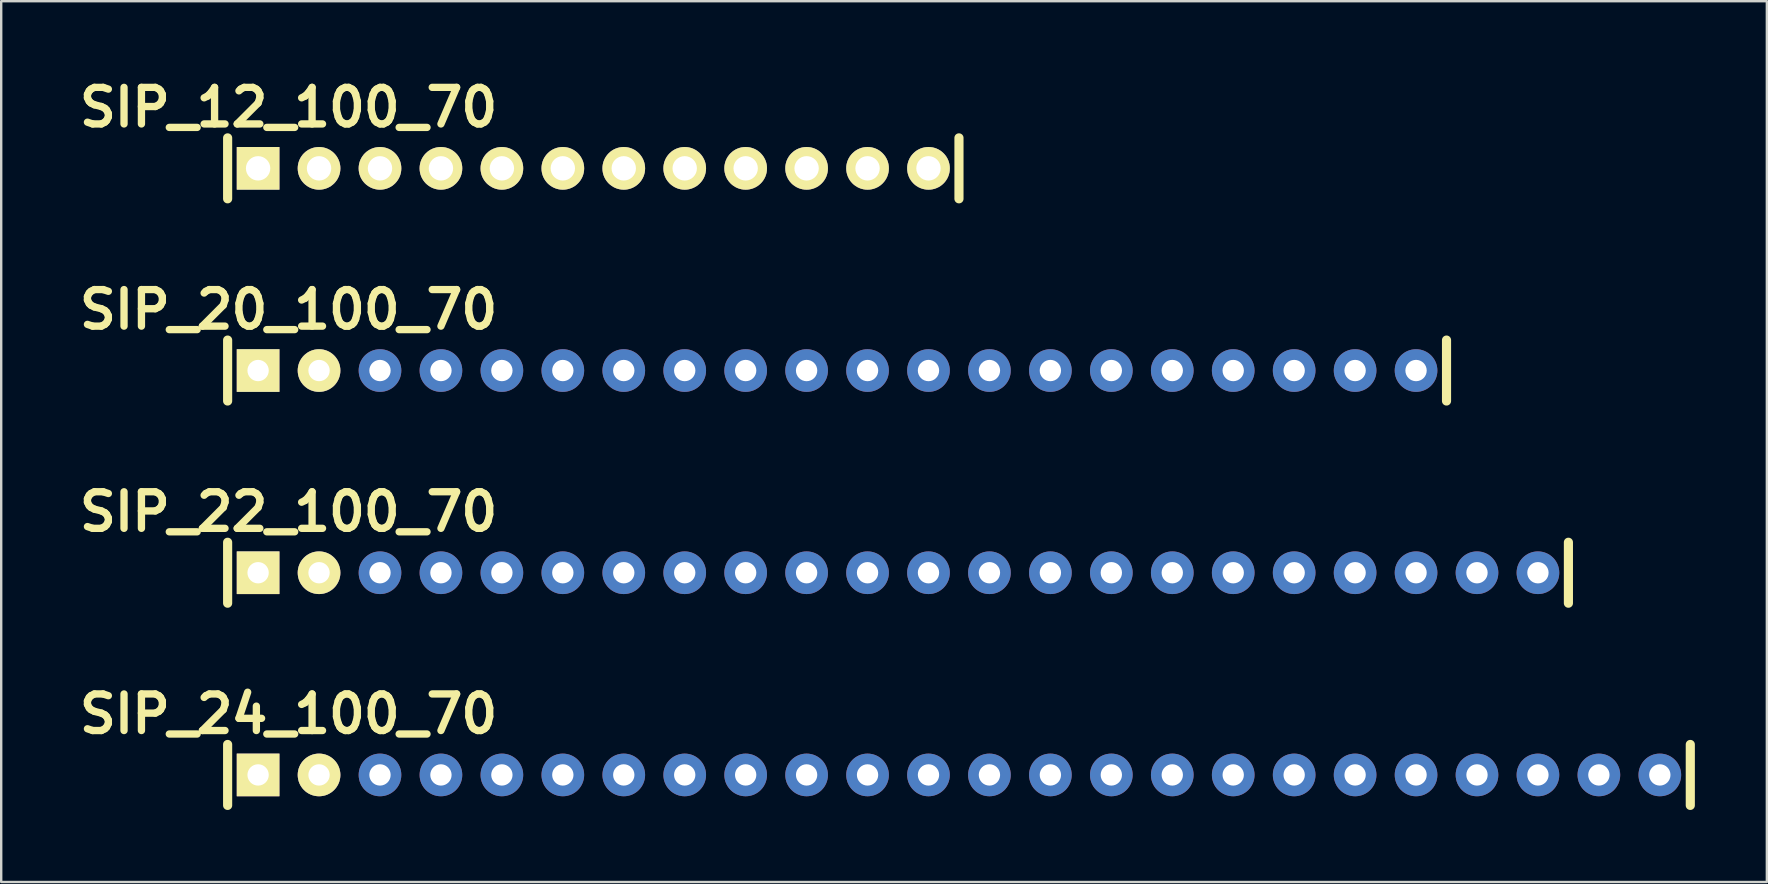
<source format=kicad_pcb>
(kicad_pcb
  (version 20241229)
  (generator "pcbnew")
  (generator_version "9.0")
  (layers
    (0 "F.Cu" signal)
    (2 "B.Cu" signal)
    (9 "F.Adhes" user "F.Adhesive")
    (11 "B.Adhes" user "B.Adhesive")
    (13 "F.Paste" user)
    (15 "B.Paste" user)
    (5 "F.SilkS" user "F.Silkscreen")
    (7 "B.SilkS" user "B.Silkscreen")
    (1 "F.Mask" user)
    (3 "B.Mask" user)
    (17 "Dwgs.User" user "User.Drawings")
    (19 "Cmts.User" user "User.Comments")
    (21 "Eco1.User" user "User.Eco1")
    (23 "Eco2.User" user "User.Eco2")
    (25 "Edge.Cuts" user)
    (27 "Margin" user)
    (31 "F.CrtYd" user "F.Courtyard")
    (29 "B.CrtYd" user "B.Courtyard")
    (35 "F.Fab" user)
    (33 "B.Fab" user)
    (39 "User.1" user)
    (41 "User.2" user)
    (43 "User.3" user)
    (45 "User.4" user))
  (footprint "SIP_12_100_70"
    (layer "F.Cu")
    (at 7.707 3.966)
    (property "Reference" "SIP_12_100_70" (at 1.27 -2.54 0) (layer "F.SilkS") (effects (font (size 1.524 1.524) (thickness 0.305))))
    (attr through_hole)
    (fp_line (start -1.27 1.27) (end -1.27 -1.27) (stroke (width 0.381) (type solid)) (layer "F.SilkS"))
    (fp_line (start 29.21 -1.27) (end 29.21 1.27) (stroke (width 0.381) (type solid)) (layer "F.SilkS"))
    (pad "1" thru_hole rect (at 0 0) (size 1.778 1.778) (drill 1.016) (layers "*.Cu" "*.Mask" "F.SilkS"))
    (pad "2" thru_hole circle (at 2.54 0) (size 1.778 1.778) (drill 1.016) (layers "*.Cu" "*.Mask" "F.SilkS"))
    (pad "3" thru_hole circle (at 5.08 0) (size 1.778 1.778) (drill 1.016) (layers "*.Cu" "*.Mask" "F.SilkS"))
    (pad "4" thru_hole circle (at 7.62 0) (size 1.778 1.778) (drill 1.016) (layers "*.Cu" "*.Mask" "F.SilkS"))
    (pad "5" thru_hole circle (at 10.16 0) (size 1.778 1.778) (drill 1.016) (layers "*.Cu" "*.Mask" "F.SilkS"))
    (pad "6" thru_hole circle (at 12.7 0) (size 1.778 1.778) (drill 1.016) (layers "*.Cu" "*.Mask" "F.SilkS"))
    (pad "7" thru_hole circle (at 15.24 0) (size 1.778 1.778) (drill 1.016) (layers "*.Cu" "*.Mask" "F.SilkS"))
    (pad "8" thru_hole circle (at 17.78 0) (size 1.778 1.778) (drill 1.016) (layers "*.Cu" "*.Mask" "F.SilkS"))
    (pad "9" thru_hole circle (at 20.32 0) (size 1.778 1.778) (drill 1.016) (layers "*.Cu" "*.Mask" "F.SilkS"))
    (pad "10" thru_hole circle (at 22.86 0) (size 1.778 1.778) (drill 1.016) (layers "*.Cu" "*.Mask" "F.SilkS"))
    (pad "11" thru_hole circle (at 25.4 0) (size 1.778 1.778) (drill 1.016) (layers "*.Cu" "*.Mask" "F.SilkS"))
    (pad "12" thru_hole circle (at 27.94 0) (size 1.778 1.778) (drill 1.016) (layers "*.Cu" "*.Mask" "F.SilkS")))
  (footprint "SIP_22_100_70"
    (layer "F.Cu")
    (at 7.707 20.82)
    (property "Reference" "SIP_22_100_70" (at 1.27 -2.54 0) (layer "F.SilkS") (effects (font (size 1.524 1.524) (thickness 0.305))))
    (attr through_hole)
    (fp_line (start -1.27 1.27) (end -1.27 -1.27) (stroke (width 0.381) (type solid)) (layer "F.SilkS"))
    (fp_line (start 54.61 -1.27) (end 54.61 1.27) (stroke (width 0.381) (type solid)) (layer "F.SilkS"))
    (pad "1" thru_hole rect (at 0 0) (size 1.778 1.778) (drill 0.889) (layers "*.Cu" "*.Mask" "F.SilkS"))
    (pad "2" thru_hole circle (at 2.54 0) (size 1.778 1.778) (drill 0.889) (layers "*.Cu" "*.Mask" "F.SilkS"))
    (pad "3" thru_hole circle (at 5.08 0) (size 1.778 1.778) (drill 0.889) (layers "*.Cu"))
    (pad "4" thru_hole circle (at 7.62 0) (size 1.778 1.778) (drill 0.889) (layers "*.Cu"))
    (pad "5" thru_hole circle (at 10.16 0) (size 1.778 1.778) (drill 0.889) (layers "*.Cu"))
    (pad "6" thru_hole circle (at 12.7 0) (size 1.778 1.778) (drill 0.889) (layers "*.Cu"))
    (pad "7" thru_hole circle (at 15.24 0) (size 1.778 1.778) (drill 0.889) (layers "*.Cu"))
    (pad "8" thru_hole circle (at 17.78 0) (size 1.778 1.778) (drill 0.889) (layers "*.Cu"))
    (pad "9" thru_hole circle (at 20.32 0) (size 1.778 1.778) (drill 0.889) (layers "*.Cu"))
    (pad "10" thru_hole circle (at 22.86 0) (size 1.778 1.778) (drill 0.889) (layers "*.Cu"))
    (pad "11" thru_hole circle (at 25.4 0) (size 1.778 1.778) (drill 0.889) (layers "*.Cu"))
    (pad "12" thru_hole circle (at 27.94 0) (size 1.778 1.778) (drill 0.889) (layers "*.Cu"))
    (pad "13" thru_hole circle (at 30.48 0) (size 1.778 1.778) (drill 0.889) (layers "*.Cu"))
    (pad "14" thru_hole circle (at 33.02 0) (size 1.778 1.778) (drill 0.889) (layers "*.Cu"))
    (pad "15" thru_hole circle (at 35.56 0) (size 1.778 1.778) (drill 0.889) (layers "*.Cu"))
    (pad "16" thru_hole circle (at 38.1 0) (size 1.778 1.778) (drill 0.889) (layers "*.Cu"))
    (pad "17" thru_hole circle (at 40.64 0) (size 1.778 1.778) (drill 0.889) (layers "*.Cu"))
    (pad "18" thru_hole circle (at 43.18 0) (size 1.778 1.778) (drill 0.889) (layers "*.Cu"))
    (pad "19" thru_hole circle (at 45.72 0) (size 1.778 1.778) (drill 0.889) (layers "*.Cu"))
    (pad "20" thru_hole circle (at 48.26 0) (size 1.778 1.778) (drill 0.889) (layers "*.Cu"))
    (pad "21" thru_hole circle (at 50.8 0) (size 1.778 1.778) (drill 0.889) (layers "*.Cu"))
    (pad "22" thru_hole circle (at 53.34 0) (size 1.778 1.778) (drill 0.889) (layers "*.Cu")))
  (footprint "SIP_20_100_70"
    (layer "F.Cu")
    (at 7.707 12.393)
    (property "Reference" "SIP_20_100_70" (at 1.27 -2.54 0) (layer "F.SilkS") (effects (font (size 1.524 1.524) (thickness 0.305))))
    (attr through_hole)
    (fp_line (start -1.27 1.27) (end -1.27 -1.27) (stroke (width 0.381) (type solid)) (layer "F.SilkS"))
    (fp_line (start 49.53 -1.27) (end 49.53 1.27) (stroke (width 0.381) (type solid)) (layer "F.SilkS"))
    (pad "1" thru_hole rect (at 0 0) (size 1.778 1.778) (drill 0.889) (layers "*.Cu" "*.Mask" "F.SilkS"))
    (pad "2" thru_hole circle (at 2.54 0) (size 1.778 1.778) (drill 0.889) (layers "*.Cu" "*.Mask" "F.SilkS"))
    (pad "3" thru_hole circle (at 5.08 0) (size 1.778 1.778) (drill 0.889) (layers "*.Cu"))
    (pad "4" thru_hole circle (at 7.62 0) (size 1.778 1.778) (drill 0.889) (layers "*.Cu"))
    (pad "5" thru_hole circle (at 10.16 0) (size 1.778 1.778) (drill 0.889) (layers "*.Cu"))
    (pad "6" thru_hole circle (at 12.7 0) (size 1.778 1.778) (drill 0.889) (layers "*.Cu"))
    (pad "7" thru_hole circle (at 15.24 0) (size 1.778 1.778) (drill 0.889) (layers "*.Cu"))
    (pad "8" thru_hole circle (at 17.78 0) (size 1.778 1.778) (drill 0.889) (layers "*.Cu"))
    (pad "9" thru_hole circle (at 20.32 0) (size 1.778 1.778) (drill 0.889) (layers "*.Cu"))
    (pad "10" thru_hole circle (at 22.86 0) (size 1.778 1.778) (drill 0.889) (layers "*.Cu"))
    (pad "11" thru_hole circle (at 25.4 0) (size 1.778 1.778) (drill 0.889) (layers "*.Cu"))
    (pad "12" thru_hole circle (at 27.94 0) (size 1.778 1.778) (drill 0.889) (layers "*.Cu"))
    (pad "13" thru_hole circle (at 30.48 0) (size 1.778 1.778) (drill 0.889) (layers "*.Cu"))
    (pad "14" thru_hole circle (at 33.02 0) (size 1.778 1.778) (drill 0.889) (layers "*.Cu"))
    (pad "15" thru_hole circle (at 35.56 0) (size 1.778 1.778) (drill 0.889) (layers "*.Cu"))
    (pad "16" thru_hole circle (at 38.1 0) (size 1.778 1.778) (drill 0.889) (layers "*.Cu"))
    (pad "17" thru_hole circle (at 40.64 0) (size 1.778 1.778) (drill 0.889) (layers "*.Cu"))
    (pad "18" thru_hole circle (at 43.18 0) (size 1.778 1.778) (drill 0.889) (layers "*.Cu"))
    (pad "19" thru_hole circle (at 45.72 0) (size 1.778 1.778) (drill 0.889) (layers "*.Cu"))
    (pad "20" thru_hole circle (at 48.26 0) (size 1.778 1.778) (drill 0.889) (layers "*.Cu")))
  (footprint "SIP_24_100_70"
    (layer "F.Cu")
    (at 7.707 29.247)
    (property "Reference" "SIP_24_100_70" (at 1.27 -2.54 0) (layer "F.SilkS") (effects (font (size 1.524 1.524) (thickness 0.305))))
    (attr through_hole)
    (fp_line (start -1.27 1.27) (end -1.27 -1.27) (stroke (width 0.381) (type solid)) (layer "F.SilkS"))
    (fp_line (start 59.69 -1.27) (end 59.69 1.27) (stroke (width 0.381) (type solid)) (layer "F.SilkS"))
    (pad "1" thru_hole rect (at 0 0) (size 1.778 1.778) (drill 0.889) (layers "*.Cu" "*.Mask" "F.SilkS"))
    (pad "2" thru_hole circle (at 2.54 0) (size 1.778 1.778) (drill 0.889) (layers "*.Cu" "*.Mask" "F.SilkS"))
    (pad "3" thru_hole circle (at 5.08 0) (size 1.778 1.778) (drill 0.889) (layers "*.Cu"))
    (pad "4" thru_hole circle (at 7.62 0) (size 1.778 1.778) (drill 0.889) (layers "*.Cu"))
    (pad "5" thru_hole circle (at 10.16 0) (size 1.778 1.778) (drill 0.889) (layers "*.Cu"))
    (pad "6" thru_hole circle (at 12.7 0) (size 1.778 1.778) (drill 0.889) (layers "*.Cu"))
    (pad "7" thru_hole circle (at 15.24 0) (size 1.778 1.778) (drill 0.889) (layers "*.Cu"))
    (pad "8" thru_hole circle (at 17.78 0) (size 1.778 1.778) (drill 0.889) (layers "*.Cu"))
    (pad "9" thru_hole circle (at 20.32 0) (size 1.778 1.778) (drill 0.889) (layers "*.Cu"))
    (pad "10" thru_hole circle (at 22.86 0) (size 1.778 1.778) (drill 0.889) (layers "*.Cu"))
    (pad "11" thru_hole circle (at 25.4 0) (size 1.778 1.778) (drill 0.889) (layers "*.Cu"))
    (pad "12" thru_hole circle (at 27.94 0) (size 1.778 1.778) (drill 0.889) (layers "*.Cu"))
    (pad "13" thru_hole circle (at 30.48 0) (size 1.778 1.778) (drill 0.889) (layers "*.Cu"))
    (pad "14" thru_hole circle (at 33.02 0) (size 1.778 1.778) (drill 0.889) (layers "*.Cu"))
    (pad "15" thru_hole circle (at 35.56 0) (size 1.778 1.778) (drill 0.889) (layers "*.Cu"))
    (pad "16" thru_hole circle (at 38.1 0) (size 1.778 1.778) (drill 0.889) (layers "*.Cu"))
    (pad "17" thru_hole circle (at 40.64 0) (size 1.778 1.778) (drill 0.889) (layers "*.Cu"))
    (pad "18" thru_hole circle (at 43.18 0) (size 1.778 1.778) (drill 0.889) (layers "*.Cu"))
    (pad "19" thru_hole circle (at 45.72 0) (size 1.778 1.778) (drill 0.889) (layers "*.Cu"))
    (pad "20" thru_hole circle (at 48.26 0) (size 1.778 1.778) (drill 0.889) (layers "*.Cu"))
    (pad "21" thru_hole circle (at 50.8 0) (size 1.778 1.778) (drill 0.889) (layers "*.Cu"))
    (pad "22" thru_hole circle (at 53.34 0) (size 1.778 1.778) (drill 0.889) (layers "*.Cu"))
    (pad "23" thru_hole circle (at 55.88 0) (size 1.778 1.778) (drill 0.889) (layers "*.Cu"))
    (pad "24" thru_hole circle (at 58.42 0) (size 1.778 1.778) (drill 0.889) (layers "*.Cu")))
  (gr_rect
    (start -3 -3)
    (end 70.588 33.708)
    (stroke (width 0.1) (type default))
    (fill no)
    (layer "Edge.Cuts")))
</source>
